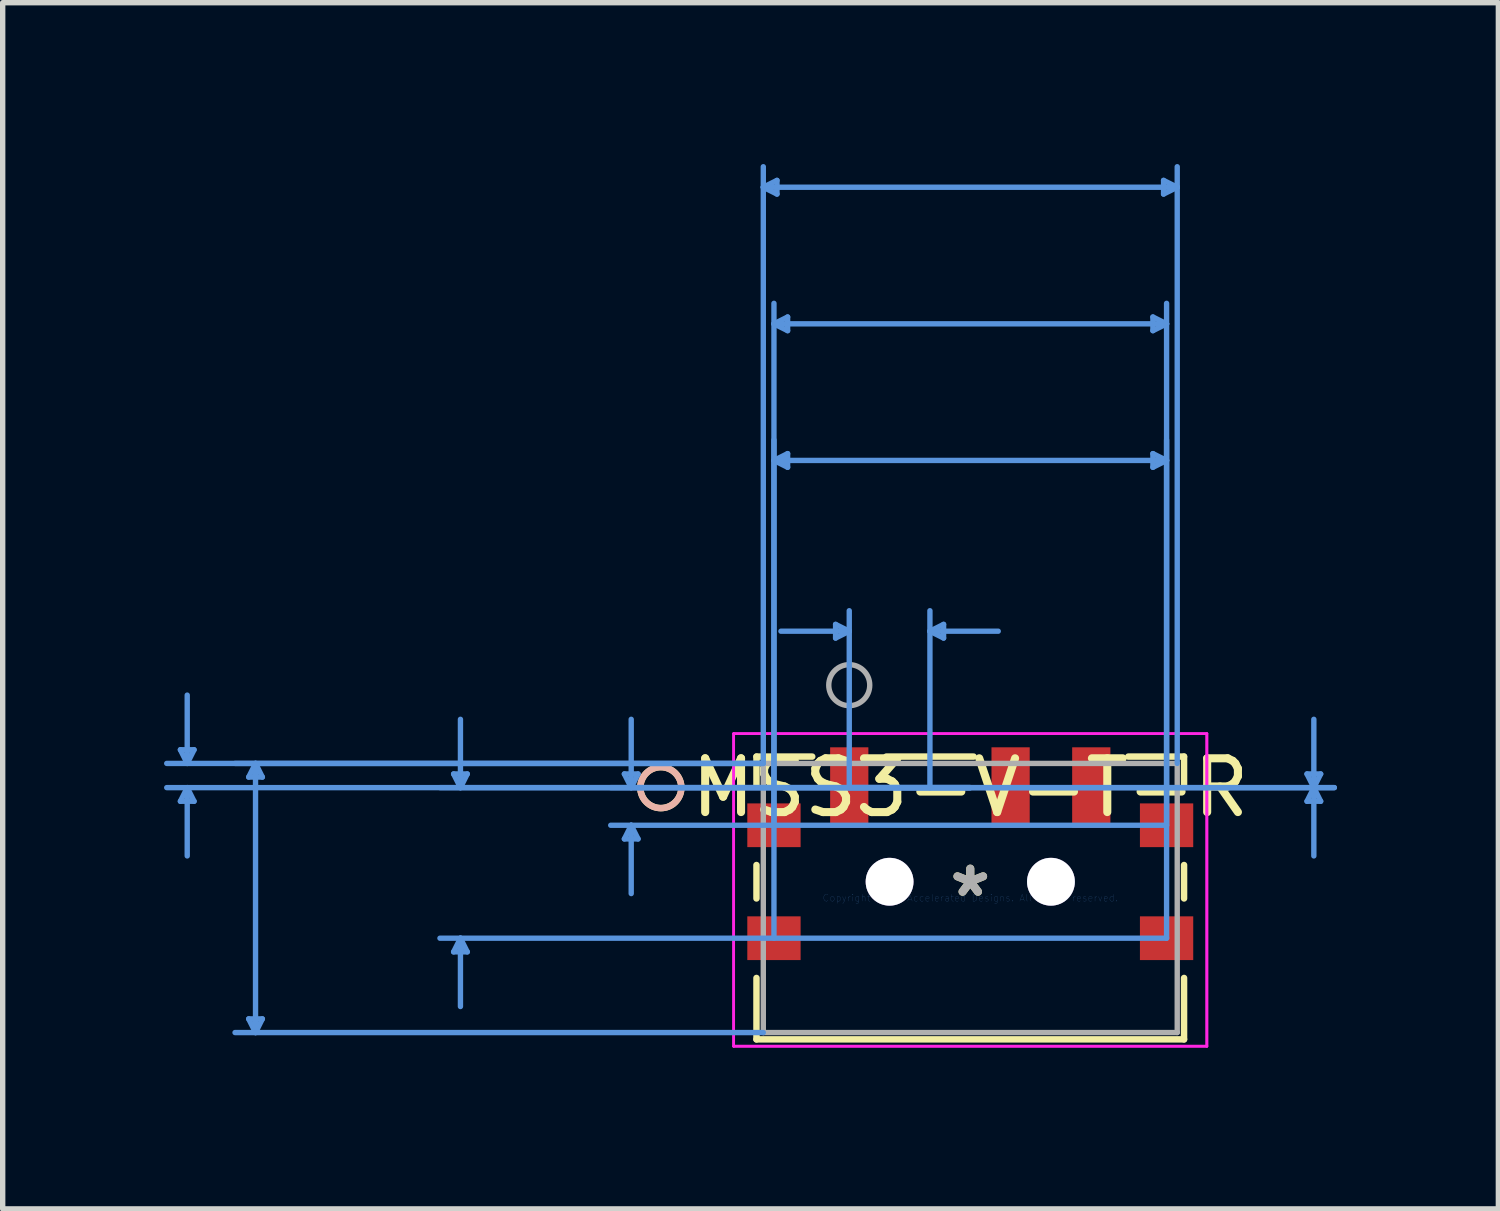
<source format=kicad_pcb>
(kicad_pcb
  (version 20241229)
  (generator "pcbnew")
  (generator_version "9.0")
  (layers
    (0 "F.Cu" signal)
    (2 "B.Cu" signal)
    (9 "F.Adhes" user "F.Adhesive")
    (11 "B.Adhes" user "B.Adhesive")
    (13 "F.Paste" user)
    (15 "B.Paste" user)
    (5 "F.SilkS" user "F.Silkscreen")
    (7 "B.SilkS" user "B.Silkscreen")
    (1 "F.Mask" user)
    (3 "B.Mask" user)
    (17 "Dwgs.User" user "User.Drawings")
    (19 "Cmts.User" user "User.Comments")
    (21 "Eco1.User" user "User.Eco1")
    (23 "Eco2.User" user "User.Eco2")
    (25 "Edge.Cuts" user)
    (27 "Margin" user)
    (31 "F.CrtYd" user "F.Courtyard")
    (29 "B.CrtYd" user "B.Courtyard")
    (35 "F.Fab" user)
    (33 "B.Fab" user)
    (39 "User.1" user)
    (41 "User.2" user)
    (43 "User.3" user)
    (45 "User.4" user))
  (footprint "MSS3-V-T-R"
    (layer "F.Cu")
    (at 14.99 13.646)
    (property "Reference" "MSS3-V-T-R" (at 0 -2.052 0) (layer "F.SilkS") (effects (font (size 1 1) (thickness 0.15))))
    (attr through_hole)
    (fp_line (start -3.975 -2.629) (end -3.975 -2.091) (stroke (width 0.12) (type solid)) (layer "F.SilkS"))
    (fp_line (start -3.975 -0.613) (end -3.975 0.009) (stroke (width 0.12) (type solid)) (layer "F.SilkS"))
    (fp_line (start -3.975 1.487) (end -3.975 2.629) (stroke (width 0.12) (type solid)) (layer "F.SilkS"))
    (fp_line (start -3.975 2.629) (end 3.975 2.629) (stroke (width 0.12) (type solid)) (layer "F.SilkS"))
    (fp_line (start -2.938 -2.629) (end -3.975 -2.629) (stroke (width 0.12) (type solid)) (layer "F.SilkS"))
    (fp_line (start 0.062 -2.629) (end -1.562 -2.629) (stroke (width 0.12) (type solid)) (layer "F.SilkS"))
    (fp_line (start 3.975 -2.629) (end 2.938 -2.629) (stroke (width 0.12) (type solid)) (layer "F.SilkS"))
    (fp_line (start 3.975 -2.091) (end 3.975 -2.629) (stroke (width 0.12) (type solid)) (layer "F.SilkS"))
    (fp_line (start 3.975 0.009) (end 3.975 -0.613) (stroke (width 0.12) (type solid)) (layer "F.SilkS"))
    (fp_line (start 3.975 2.629) (end 3.975 1.487) (stroke (width 0.12) (type solid)) (layer "F.SilkS"))
    (fp_circle (center -5.753 -2.052) (end -5.372 -2.052) (stroke (width 0.12) (type solid)) (fill no) (layer "F.SilkS"))
    (fp_circle (center -5.753 -2.052) (end -5.372 -2.052) (stroke (width 0.12) (type solid)) (fill no) (layer "B.SilkS"))
    (fp_line (start -14.686 -2.756) (end -14.432 -2.756) (stroke (width 0.1) (type solid)) (layer "Cmts.User"))
    (fp_line (start -14.686 -1.798) (end -14.432 -1.798) (stroke (width 0.1) (type solid)) (layer "Cmts.User"))
    (fp_line (start -14.559 -2.502) (end -14.686 -2.756) (stroke (width 0.1) (type solid)) (layer "Cmts.User"))
    (fp_line (start -14.559 -2.502) (end -14.559 -3.772) (stroke (width 0.1) (type solid)) (layer "Cmts.User"))
    (fp_line (start -14.559 -2.502) (end -14.432 -2.756) (stroke (width 0.1) (type solid)) (layer "Cmts.User"))
    (fp_line (start -14.559 -2.052) (end -14.686 -1.798) (stroke (width 0.1) (type solid)) (layer "Cmts.User"))
    (fp_line (start -14.559 -2.052) (end -14.559 -0.782) (stroke (width 0.1) (type solid)) (layer "Cmts.User"))
    (fp_line (start -14.559 -2.052) (end -14.432 -1.798) (stroke (width 0.1) (type solid)) (layer "Cmts.User"))
    (fp_line (start -13.416 -2.248) (end -13.162 -2.248) (stroke (width 0.1) (type solid)) (layer "Cmts.User"))
    (fp_line (start -13.416 2.248) (end -13.162 2.248) (stroke (width 0.1) (type solid)) (layer "Cmts.User"))
    (fp_line (start -13.289 -2.502) (end -13.416 -2.248) (stroke (width 0.1) (type solid)) (layer "Cmts.User"))
    (fp_line (start -13.289 -2.502) (end -13.289 2.502) (stroke (width 0.1) (type solid)) (layer "Cmts.User"))
    (fp_line (start -13.289 -2.502) (end -13.162 -2.248) (stroke (width 0.1) (type solid)) (layer "Cmts.User"))
    (fp_line (start -13.289 2.502) (end -13.416 2.248) (stroke (width 0.1) (type solid)) (layer "Cmts.User"))
    (fp_line (start -13.289 2.502) (end -13.162 2.248) (stroke (width 0.1) (type solid)) (layer "Cmts.User"))
    (fp_line (start -9.606 -2.306) (end -9.352 -2.306) (stroke (width 0.1) (type solid)) (layer "Cmts.User"))
    (fp_line (start -9.606 1.002) (end -9.352 1.002) (stroke (width 0.1) (type solid)) (layer "Cmts.User"))
    (fp_line (start -9.479 -2.052) (end -9.606 -2.306) (stroke (width 0.1) (type solid)) (layer "Cmts.User"))
    (fp_line (start -9.479 -2.052) (end -9.479 -3.322) (stroke (width 0.1) (type solid)) (layer "Cmts.User"))
    (fp_line (start -9.479 -2.052) (end -9.352 -2.306) (stroke (width 0.1) (type solid)) (layer "Cmts.User"))
    (fp_line (start -9.479 0.748) (end -9.606 1.002) (stroke (width 0.1) (type solid)) (layer "Cmts.User"))
    (fp_line (start -9.479 0.748) (end -9.479 2.018) (stroke (width 0.1) (type solid)) (layer "Cmts.User"))
    (fp_line (start -9.479 0.748) (end -9.352 1.002) (stroke (width 0.1) (type solid)) (layer "Cmts.User"))
    (fp_line (start -6.431 -2.306) (end -6.177 -2.306) (stroke (width 0.1) (type solid)) (layer "Cmts.User"))
    (fp_line (start -6.431 -1.098) (end -6.177 -1.098) (stroke (width 0.1) (type solid)) (layer "Cmts.User"))
    (fp_line (start -6.304 -2.052) (end -6.431 -2.306) (stroke (width 0.1) (type solid)) (layer "Cmts.User"))
    (fp_line (start -6.304 -2.052) (end -6.304 -3.322) (stroke (width 0.1) (type solid)) (layer "Cmts.User"))
    (fp_line (start -6.304 -2.052) (end -6.177 -2.306) (stroke (width 0.1) (type solid)) (layer "Cmts.User"))
    (fp_line (start -6.304 -1.352) (end -6.431 -1.098) (stroke (width 0.1) (type solid)) (layer "Cmts.User"))
    (fp_line (start -6.304 -1.352) (end -6.304 -0.082) (stroke (width 0.1) (type solid)) (layer "Cmts.User"))
    (fp_line (start -6.304 -1.352) (end -6.177 -1.098) (stroke (width 0.1) (type solid)) (layer "Cmts.User"))
    (fp_line (start -3.848 -13.215) (end -3.594 -13.342) (stroke (width 0.1) (type solid)) (layer "Cmts.User"))
    (fp_line (start -3.848 -13.215) (end -3.594 -13.088) (stroke (width 0.1) (type solid)) (layer "Cmts.User"))
    (fp_line (start -3.848 -13.215) (end 3.848 -13.215) (stroke (width 0.1) (type solid)) (layer "Cmts.User"))
    (fp_line (start -3.848 -2.502) (end -14.94 -2.502) (stroke (width 0.1) (type solid)) (layer "Cmts.User"))
    (fp_line (start -3.848 -2.502) (end -13.67 -2.502) (stroke (width 0.1) (type solid)) (layer "Cmts.User"))
    (fp_line (start -3.848 -2.502) (end -3.848 -13.596) (stroke (width 0.1) (type solid)) (layer "Cmts.User"))
    (fp_line (start -3.848 2.502) (end -13.67 2.502) (stroke (width 0.1) (type solid)) (layer "Cmts.User"))
    (fp_line (start -3.65 -10.675) (end -3.396 -10.802) (stroke (width 0.1) (type solid)) (layer "Cmts.User"))
    (fp_line (start -3.65 -10.675) (end -3.396 -10.548) (stroke (width 0.1) (type solid)) (layer "Cmts.User"))
    (fp_line (start -3.65 -10.675) (end 3.65 -10.675) (stroke (width 0.1) (type solid)) (layer "Cmts.User"))
    (fp_line (start -3.65 -8.135) (end -3.396 -8.262) (stroke (width 0.1) (type solid)) (layer "Cmts.User"))
    (fp_line (start -3.65 -8.135) (end -3.396 -8.008) (stroke (width 0.1) (type solid)) (layer "Cmts.User"))
    (fp_line (start -3.65 -8.135) (end 3.65 -8.135) (stroke (width 0.1) (type solid)) (layer "Cmts.User"))
    (fp_line (start -3.65 -1.352) (end -3.65 -11.056) (stroke (width 0.1) (type solid)) (layer "Cmts.User"))
    (fp_line (start -3.65 0.748) (end -3.65 -8.516) (stroke (width 0.1) (type solid)) (layer "Cmts.User"))
    (fp_line (start -3.594 -13.342) (end -3.594 -13.088) (stroke (width 0.1) (type solid)) (layer "Cmts.User"))
    (fp_line (start -3.396 -10.802) (end -3.396 -10.548) (stroke (width 0.1) (type solid)) (layer "Cmts.User"))
    (fp_line (start -3.396 -8.262) (end -3.396 -8.008) (stroke (width 0.1) (type solid)) (layer "Cmts.User"))
    (fp_line (start -2.504 -5.087) (end -2.504 -4.833) (stroke (width 0.1) (type solid)) (layer "Cmts.User"))
    (fp_line (start -2.25 -4.96) (end -3.52 -4.96) (stroke (width 0.1) (type solid)) (layer "Cmts.User"))
    (fp_line (start -2.25 -4.96) (end -2.504 -5.087) (stroke (width 0.1) (type solid)) (layer "Cmts.User"))
    (fp_line (start -2.25 -4.96) (end -2.504 -4.833) (stroke (width 0.1) (type solid)) (layer "Cmts.User"))
    (fp_line (start -2.25 -2.052) (end -2.25 -5.341) (stroke (width 0.1) (type solid)) (layer "Cmts.User"))
    (fp_line (start -2.25 -2.052) (end 6.769 -2.052) (stroke (width 0.1) (type solid)) (layer "Cmts.User"))
    (fp_line (start -2.25 -2.052) (end 6.769 -2.052) (stroke (width 0.1) (type solid)) (layer "Cmts.User"))
    (fp_line (start -0.75 -4.96) (end -0.496 -5.087) (stroke (width 0.1) (type solid)) (layer "Cmts.User"))
    (fp_line (start -0.75 -4.96) (end -0.496 -4.833) (stroke (width 0.1) (type solid)) (layer "Cmts.User"))
    (fp_line (start -0.75 -4.96) (end 0.52 -4.96) (stroke (width 0.1) (type solid)) (layer "Cmts.User"))
    (fp_line (start -0.75 -2.052) (end -0.75 -5.341) (stroke (width 0.1) (type solid)) (layer "Cmts.User"))
    (fp_line (start -0.496 -5.087) (end -0.496 -4.833) (stroke (width 0.1) (type solid)) (layer "Cmts.User"))
    (fp_line (start 0 -2.052) (end -14.94 -2.052) (stroke (width 0.1) (type solid)) (layer "Cmts.User"))
    (fp_line (start 0 -2.052) (end -9.86 -2.052) (stroke (width 0.1) (type solid)) (layer "Cmts.User"))
    (fp_line (start 0 -2.052) (end -6.685 -2.052) (stroke (width 0.1) (type solid)) (layer "Cmts.User"))
    (fp_line (start 3.396 -10.802) (end 3.396 -10.548) (stroke (width 0.1) (type solid)) (layer "Cmts.User"))
    (fp_line (start 3.396 -8.262) (end 3.396 -8.008) (stroke (width 0.1) (type solid)) (layer "Cmts.User"))
    (fp_line (start 3.594 -13.342) (end 3.594 -13.088) (stroke (width 0.1) (type solid)) (layer "Cmts.User"))
    (fp_line (start 3.65 -10.675) (end 3.396 -10.802) (stroke (width 0.1) (type solid)) (layer "Cmts.User"))
    (fp_line (start 3.65 -10.675) (end 3.396 -10.548) (stroke (width 0.1) (type solid)) (layer "Cmts.User"))
    (fp_line (start 3.65 -8.135) (end 3.396 -8.262) (stroke (width 0.1) (type solid)) (layer "Cmts.User"))
    (fp_line (start 3.65 -8.135) (end 3.396 -8.008) (stroke (width 0.1) (type solid)) (layer "Cmts.User"))
    (fp_line (start 3.65 -1.352) (end -6.685 -1.352) (stroke (width 0.1) (type solid)) (layer "Cmts.User"))
    (fp_line (start 3.65 -1.352) (end 3.65 -11.056) (stroke (width 0.1) (type solid)) (layer "Cmts.User"))
    (fp_line (start 3.65 0.748) (end -9.86 0.748) (stroke (width 0.1) (type solid)) (layer "Cmts.User"))
    (fp_line (start 3.65 0.748) (end 3.65 -8.516) (stroke (width 0.1) (type solid)) (layer "Cmts.User"))
    (fp_line (start 3.848 -13.215) (end 3.594 -13.342) (stroke (width 0.1) (type solid)) (layer "Cmts.User"))
    (fp_line (start 3.848 -13.215) (end 3.594 -13.088) (stroke (width 0.1) (type solid)) (layer "Cmts.User"))
    (fp_line (start 3.848 -2.502) (end 3.848 -13.596) (stroke (width 0.1) (type solid)) (layer "Cmts.User"))
    (fp_line (start 6.261 -2.306) (end 6.515 -2.306) (stroke (width 0.1) (type solid)) (layer "Cmts.User"))
    (fp_line (start 6.261 -1.798) (end 6.515 -1.798) (stroke (width 0.1) (type solid)) (layer "Cmts.User"))
    (fp_line (start 6.388 -2.052) (end 6.261 -2.306) (stroke (width 0.1) (type solid)) (layer "Cmts.User"))
    (fp_line (start 6.388 -2.052) (end 6.261 -1.798) (stroke (width 0.1) (type solid)) (layer "Cmts.User"))
    (fp_line (start 6.388 -2.052) (end 6.388 -3.322) (stroke (width 0.1) (type solid)) (layer "Cmts.User"))
    (fp_line (start 6.388 -2.052) (end 6.388 -0.782) (stroke (width 0.1) (type solid)) (layer "Cmts.User"))
    (fp_line (start 6.388 -2.052) (end 6.515 -2.306) (stroke (width 0.1) (type solid)) (layer "Cmts.User"))
    (fp_line (start 6.388 -2.052) (end 6.515 -1.798) (stroke (width 0.1) (type solid)) (layer "Cmts.User"))
    (fp_line (start -4.399 -3.055) (end -4.399 2.756) (stroke (width 0.05) (type solid)) (layer "F.CrtYd"))
    (fp_line (start -4.399 -3.055) (end -4.399 2.756) (stroke (width 0.05) (type solid)) (layer "F.CrtYd"))
    (fp_line (start -4.399 2.756) (end 4.399 2.756) (stroke (width 0.05) (type solid)) (layer "F.CrtYd"))
    (fp_line (start -4.399 2.756) (end 4.399 2.756) (stroke (width 0.05) (type solid)) (layer "F.CrtYd"))
    (fp_line (start 4.399 -3.055) (end -4.399 -3.055) (stroke (width 0.05) (type solid)) (layer "F.CrtYd"))
    (fp_line (start 4.399 -3.055) (end -4.399 -3.055) (stroke (width 0.05) (type solid)) (layer "F.CrtYd"))
    (fp_line (start 4.399 2.756) (end 4.399 -3.055) (stroke (width 0.05) (type solid)) (layer "F.CrtYd"))
    (fp_line (start 4.399 2.756) (end 4.399 -3.055) (stroke (width 0.05) (type solid)) (layer "F.CrtYd"))
    (fp_line (start -3.848 -2.502) (end -3.848 2.502) (stroke (width 0.1) (type solid)) (layer "F.Fab"))
    (fp_line (start -3.848 2.502) (end 3.848 2.502) (stroke (width 0.1) (type solid)) (layer "F.Fab"))
    (fp_line (start 3.848 -2.502) (end -3.848 -2.502) (stroke (width 0.1) (type solid)) (layer "F.Fab"))
    (fp_line (start 3.848 2.502) (end 3.848 -2.502) (stroke (width 0.1) (type solid)) (layer "F.Fab"))
    (fp_circle (center -2.25 -3.957) (end -1.869 -3.957) (stroke (width 0.1) (type solid)) (fill no) (layer "F.Fab"))
    (fp_text user "*" (at 0 0 0) (layer "F.SilkS") (effects (font (size 1 1) (thickness 0.15))))
    (fp_text user "Copyright 2021 Accelerated Designs. All rights reserved." (at 0 0 0) (layer "Cmts.User") (effects (font (size 0.127 0.127) (thickness 0.002))))
    (fp_text user "*" (at 0 0 0) (layer "F.Fab") (effects (font (size 1 1) (thickness 0.15))))
    (pad "1" smd rect (at -2.25 -2.052) (size 0.711 1.499) (layers "F.Cu" "F.Mask" "F.Paste"))
    (pad "2" smd rect (at 0.75 -2.052) (size 0.711 1.499) (layers "F.Cu" "F.Mask" "F.Paste"))
    (pad "3" smd rect (at 2.25 -2.052) (size 0.711 1.499) (layers "F.Cu" "F.Mask" "F.Paste"))
    (pad "4" smd rect (at -3.65 -1.352) (size 0.991 0.813) (layers "F.Cu" "F.Mask" "F.Paste"))
    (pad "5" smd rect (at 3.65 -1.352) (size 0.991 0.813) (layers "F.Cu" "F.Mask" "F.Paste"))
    (pad "6" smd rect (at -3.65 0.748) (size 0.991 0.813) (layers "F.Cu" "F.Mask" "F.Paste"))
    (pad "7" smd rect (at 3.65 0.748) (size 0.991 0.813) (layers "F.Cu" "F.Mask" "F.Paste"))
    (pad "8" thru_hole circle (at -1.5 -0.302) (size 0.889 0.889) (drill 0.889) (layers "*.Cu" "*.Mask"))
    (pad "9" thru_hole circle (at 1.5 -0.302) (size 0.889 0.889) (drill 0.889) (layers "*.Cu" "*.Mask")))
  (gr_rect
    (start -3 -3)
    (end 24.809 19.427)
    (stroke (width 0.1) (type default))
    (fill no)
    (layer "Edge.Cuts")))
</source>
